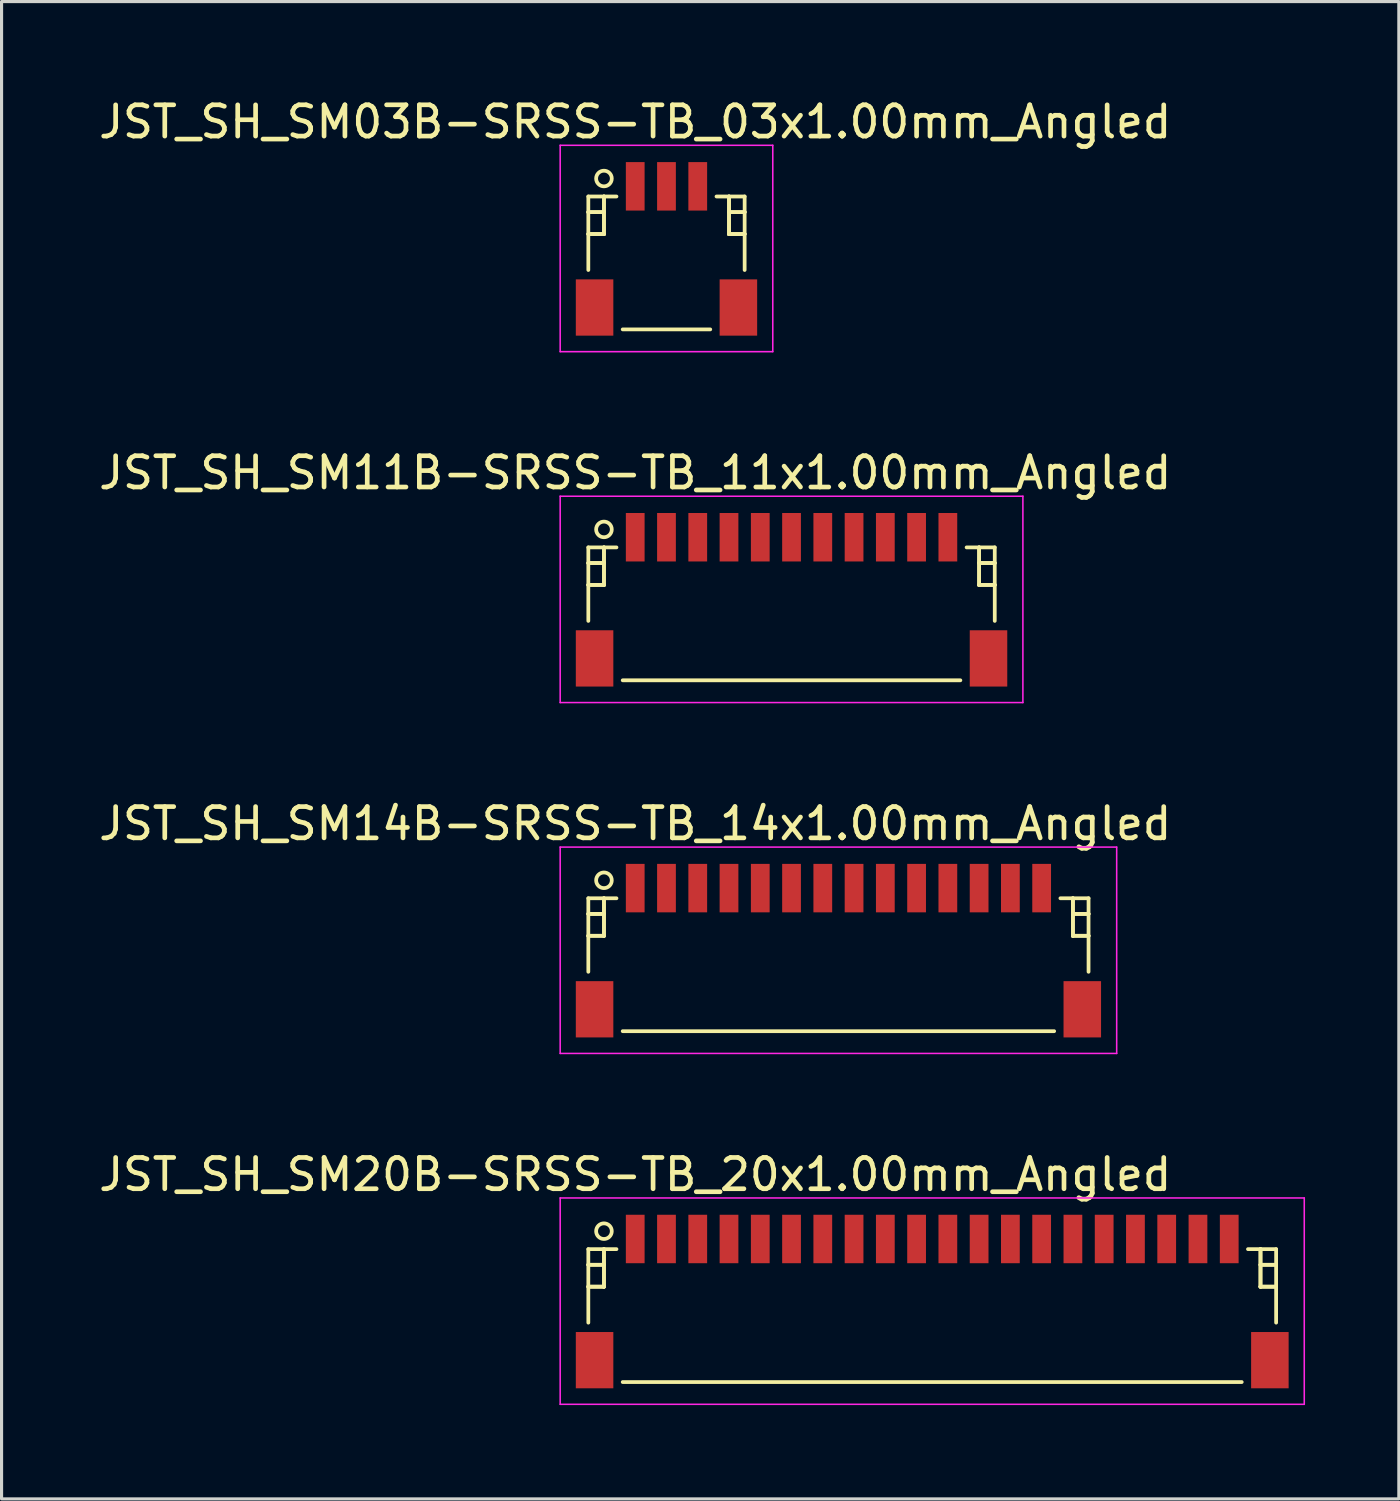
<source format=kicad_pcb>
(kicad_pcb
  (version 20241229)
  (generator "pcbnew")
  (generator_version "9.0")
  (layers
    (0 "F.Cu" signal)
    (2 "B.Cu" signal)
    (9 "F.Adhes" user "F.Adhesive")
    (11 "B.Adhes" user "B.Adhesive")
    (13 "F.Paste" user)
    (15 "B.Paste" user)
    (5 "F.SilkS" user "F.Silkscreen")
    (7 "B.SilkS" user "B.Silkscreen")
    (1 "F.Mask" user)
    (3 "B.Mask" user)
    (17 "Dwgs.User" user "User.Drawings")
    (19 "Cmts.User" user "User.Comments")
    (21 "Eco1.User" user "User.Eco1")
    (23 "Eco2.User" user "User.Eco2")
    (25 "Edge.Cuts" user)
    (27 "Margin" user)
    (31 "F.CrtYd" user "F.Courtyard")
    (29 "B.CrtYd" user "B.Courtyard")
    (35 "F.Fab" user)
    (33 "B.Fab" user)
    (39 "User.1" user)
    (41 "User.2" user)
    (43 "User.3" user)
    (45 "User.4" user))
  (footprint "JST_SH_SM20B-SRSS-TB_20x1.00mm_Angled"
    (layer "F.Cu")
    (at 26.768 38.518)
    (property "Reference" "JST_SH_SM20B-SRSS-TB_20x1.00mm_Angled" (at -9.5 -4 0) (layer "F.SilkS") (effects (font (size 1 1) (thickness 0.15))))
    (attr smd)
    (fp_line (start -11 -1.613) (end -10.1 -1.613) (stroke (width 0.12) (type solid)) (layer "F.SilkS"))
    (fp_line (start -11 -1.113) (end -11 -1.113) (stroke (width 0.12) (type solid)) (layer "F.SilkS"))
    (fp_line (start -11 -1.113) (end -10.5 -1.113) (stroke (width 0.12) (type solid)) (layer "F.SilkS"))
    (fp_line (start -11 -0.412) (end -11 -0.412) (stroke (width 0.12) (type solid)) (layer "F.SilkS"))
    (fp_line (start -11 -0.412) (end -10.5 -0.412) (stroke (width 0.12) (type solid)) (layer "F.SilkS"))
    (fp_line (start -11 0.738) (end -11 -1.613) (stroke (width 0.12) (type solid)) (layer "F.SilkS"))
    (fp_line (start -10.5 -1.613) (end -10.5 -1.613) (stroke (width 0.12) (type solid)) (layer "F.SilkS"))
    (fp_line (start -10.5 -1.613) (end -10.5 -0.412) (stroke (width 0.12) (type solid)) (layer "F.SilkS"))
    (fp_line (start -10.5 -1.113) (end -11 -1.113) (stroke (width 0.12) (type solid)) (layer "F.SilkS"))
    (fp_line (start -10.5 -1.113) (end -10.5 -1.113) (stroke (width 0.12) (type solid)) (layer "F.SilkS"))
    (fp_line (start -10.5 -0.412) (end -11 -0.412) (stroke (width 0.12) (type solid)) (layer "F.SilkS"))
    (fp_line (start -10.5 -0.412) (end -10.5 -1.613) (stroke (width 0.12) (type solid)) (layer "F.SilkS"))
    (fp_line (start -10.5 -0.412) (end -10.5 -0.412) (stroke (width 0.12) (type solid)) (layer "F.SilkS"))
    (fp_line (start -10.5 -0.412) (end -10.5 -0.412) (stroke (width 0.12) (type solid)) (layer "F.SilkS"))
    (fp_line (start -9.9 2.638) (end 9.9 2.638) (stroke (width 0.12) (type solid)) (layer "F.SilkS"))
    (fp_line (start 10.5 -1.613) (end 10.5 -1.613) (stroke (width 0.12) (type solid)) (layer "F.SilkS"))
    (fp_line (start 10.5 -1.613) (end 10.5 -0.412) (stroke (width 0.12) (type solid)) (layer "F.SilkS"))
    (fp_line (start 10.5 -1.113) (end 10.5 -1.113) (stroke (width 0.12) (type solid)) (layer "F.SilkS"))
    (fp_line (start 10.5 -1.113) (end 11 -1.113) (stroke (width 0.12) (type solid)) (layer "F.SilkS"))
    (fp_line (start 10.5 -0.412) (end 10.5 -1.613) (stroke (width 0.12) (type solid)) (layer "F.SilkS"))
    (fp_line (start 10.5 -0.412) (end 10.5 -0.412) (stroke (width 0.12) (type solid)) (layer "F.SilkS"))
    (fp_line (start 10.5 -0.412) (end 10.5 -0.412) (stroke (width 0.12) (type solid)) (layer "F.SilkS"))
    (fp_line (start 10.5 -0.412) (end 11 -0.412) (stroke (width 0.12) (type solid)) (layer "F.SilkS"))
    (fp_line (start 11 -1.613) (end 10.1 -1.613) (stroke (width 0.12) (type solid)) (layer "F.SilkS"))
    (fp_line (start 11 -1.113) (end 10.5 -1.113) (stroke (width 0.12) (type solid)) (layer "F.SilkS"))
    (fp_line (start 11 -1.113) (end 11 -1.113) (stroke (width 0.12) (type solid)) (layer "F.SilkS"))
    (fp_line (start 11 -0.412) (end 10.5 -0.412) (stroke (width 0.12) (type solid)) (layer "F.SilkS"))
    (fp_line (start 11 -0.412) (end 11 -0.412) (stroke (width 0.12) (type solid)) (layer "F.SilkS"))
    (fp_line (start 11 0.738) (end 11 -1.613) (stroke (width 0.12) (type solid)) (layer "F.SilkS"))
    (fp_circle (center -10.5 -2.188) (end -10.25 -2.188) (stroke (width 0.12) (type solid)) (fill no) (layer "F.SilkS"))
    (fp_line (start -11.9 -3.25) (end 11.9 -3.25) (stroke (width 0.05) (type solid)) (layer "F.CrtYd"))
    (fp_line (start -11.9 3.35) (end -11.9 -3.25) (stroke (width 0.05) (type solid)) (layer "F.CrtYd"))
    (fp_line (start 11.9 -3.25) (end 11.9 3.35) (stroke (width 0.05) (type solid)) (layer "F.CrtYd"))
    (fp_line (start 11.9 3.35) (end -11.9 3.35) (stroke (width 0.05) (type solid)) (layer "F.CrtYd"))
    (pad "" smd rect (at -10.8 1.938) (size 1.2 1.8) (layers "F.Cu" "F.Mask" "F.Paste"))
    (pad "" smd rect (at 10.8 1.938) (size 1.2 1.8) (layers "F.Cu" "F.Mask" "F.Paste"))
    (pad "1" smd rect (at -9.5 -1.938) (size 0.6 1.55) (layers "F.Cu" "F.Mask" "F.Paste"))
    (pad "2" smd rect (at -8.5 -1.938) (size 0.6 1.55) (layers "F.Cu" "F.Mask" "F.Paste"))
    (pad "3" smd rect (at -7.5 -1.938) (size 0.6 1.55) (layers "F.Cu" "F.Mask" "F.Paste"))
    (pad "4" smd rect (at -6.5 -1.938) (size 0.6 1.55) (layers "F.Cu" "F.Mask" "F.Paste"))
    (pad "5" smd rect (at -5.5 -1.938) (size 0.6 1.55) (layers "F.Cu" "F.Mask" "F.Paste"))
    (pad "6" smd rect (at -4.5 -1.938) (size 0.6 1.55) (layers "F.Cu" "F.Mask" "F.Paste"))
    (pad "7" smd rect (at -3.5 -1.938) (size 0.6 1.55) (layers "F.Cu" "F.Mask" "F.Paste"))
    (pad "8" smd rect (at -2.5 -1.938) (size 0.6 1.55) (layers "F.Cu" "F.Mask" "F.Paste"))
    (pad "9" smd rect (at -1.5 -1.938) (size 0.6 1.55) (layers "F.Cu" "F.Mask" "F.Paste"))
    (pad "10" smd rect (at -0.5 -1.938) (size 0.6 1.55) (layers "F.Cu" "F.Mask" "F.Paste"))
    (pad "11" smd rect (at 0.5 -1.938) (size 0.6 1.55) (layers "F.Cu" "F.Mask" "F.Paste"))
    (pad "12" smd rect (at 1.5 -1.938) (size 0.6 1.55) (layers "F.Cu" "F.Mask" "F.Paste"))
    (pad "13" smd rect (at 2.5 -1.938) (size 0.6 1.55) (layers "F.Cu" "F.Mask" "F.Paste"))
    (pad "14" smd rect (at 3.5 -1.938) (size 0.6 1.55) (layers "F.Cu" "F.Mask" "F.Paste"))
    (pad "15" smd rect (at 4.5 -1.938) (size 0.6 1.55) (layers "F.Cu" "F.Mask" "F.Paste"))
    (pad "16" smd rect (at 5.5 -1.938) (size 0.6 1.55) (layers "F.Cu" "F.Mask" "F.Paste"))
    (pad "17" smd rect (at 6.5 -1.938) (size 0.6 1.55) (layers "F.Cu" "F.Mask" "F.Paste"))
    (pad "18" smd rect (at 7.5 -1.938) (size 0.6 1.55) (layers "F.Cu" "F.Mask" "F.Paste"))
    (pad "19" smd rect (at 8.5 -1.938) (size 0.6 1.55) (layers "F.Cu" "F.Mask" "F.Paste"))
    (pad "20" smd rect (at 9.5 -1.938) (size 0.6 1.55) (layers "F.Cu" "F.Mask" "F.Paste")))
  (footprint "JST_SH_SM11B-SRSS-TB_11x1.00mm_Angled"
    (layer "F.Cu")
    (at 22.268 16.072)
    (property "Reference" "JST_SH_SM11B-SRSS-TB_11x1.00mm_Angled" (at -5 -4 0) (layer "F.SilkS") (effects (font (size 1 1) (thickness 0.15))))
    (attr smd)
    (fp_line (start -6.5 -1.613) (end -5.6 -1.613) (stroke (width 0.12) (type solid)) (layer "F.SilkS"))
    (fp_line (start -6.5 -1.113) (end -6.5 -1.113) (stroke (width 0.12) (type solid)) (layer "F.SilkS"))
    (fp_line (start -6.5 -1.113) (end -6 -1.113) (stroke (width 0.12) (type solid)) (layer "F.SilkS"))
    (fp_line (start -6.5 -0.412) (end -6.5 -0.412) (stroke (width 0.12) (type solid)) (layer "F.SilkS"))
    (fp_line (start -6.5 -0.412) (end -6 -0.412) (stroke (width 0.12) (type solid)) (layer "F.SilkS"))
    (fp_line (start -6.5 0.738) (end -6.5 -1.613) (stroke (width 0.12) (type solid)) (layer "F.SilkS"))
    (fp_line (start -6 -1.613) (end -6 -1.613) (stroke (width 0.12) (type solid)) (layer "F.SilkS"))
    (fp_line (start -6 -1.613) (end -6 -0.412) (stroke (width 0.12) (type solid)) (layer "F.SilkS"))
    (fp_line (start -6 -1.113) (end -6.5 -1.113) (stroke (width 0.12) (type solid)) (layer "F.SilkS"))
    (fp_line (start -6 -1.113) (end -6 -1.113) (stroke (width 0.12) (type solid)) (layer "F.SilkS"))
    (fp_line (start -6 -0.412) (end -6.5 -0.412) (stroke (width 0.12) (type solid)) (layer "F.SilkS"))
    (fp_line (start -6 -0.412) (end -6 -1.613) (stroke (width 0.12) (type solid)) (layer "F.SilkS"))
    (fp_line (start -6 -0.412) (end -6 -0.412) (stroke (width 0.12) (type solid)) (layer "F.SilkS"))
    (fp_line (start -6 -0.412) (end -6 -0.412) (stroke (width 0.12) (type solid)) (layer "F.SilkS"))
    (fp_line (start -5.4 2.638) (end 5.4 2.638) (stroke (width 0.12) (type solid)) (layer "F.SilkS"))
    (fp_line (start 6 -1.613) (end 6 -1.613) (stroke (width 0.12) (type solid)) (layer "F.SilkS"))
    (fp_line (start 6 -1.613) (end 6 -0.412) (stroke (width 0.12) (type solid)) (layer "F.SilkS"))
    (fp_line (start 6 -1.113) (end 6 -1.113) (stroke (width 0.12) (type solid)) (layer "F.SilkS"))
    (fp_line (start 6 -1.113) (end 6.5 -1.113) (stroke (width 0.12) (type solid)) (layer "F.SilkS"))
    (fp_line (start 6 -0.412) (end 6 -1.613) (stroke (width 0.12) (type solid)) (layer "F.SilkS"))
    (fp_line (start 6 -0.412) (end 6 -0.412) (stroke (width 0.12) (type solid)) (layer "F.SilkS"))
    (fp_line (start 6 -0.412) (end 6 -0.412) (stroke (width 0.12) (type solid)) (layer "F.SilkS"))
    (fp_line (start 6 -0.412) (end 6.5 -0.412) (stroke (width 0.12) (type solid)) (layer "F.SilkS"))
    (fp_line (start 6.5 -1.613) (end 5.6 -1.613) (stroke (width 0.12) (type solid)) (layer "F.SilkS"))
    (fp_line (start 6.5 -1.113) (end 6 -1.113) (stroke (width 0.12) (type solid)) (layer "F.SilkS"))
    (fp_line (start 6.5 -1.113) (end 6.5 -1.113) (stroke (width 0.12) (type solid)) (layer "F.SilkS"))
    (fp_line (start 6.5 -0.412) (end 6 -0.412) (stroke (width 0.12) (type solid)) (layer "F.SilkS"))
    (fp_line (start 6.5 -0.412) (end 6.5 -0.412) (stroke (width 0.12) (type solid)) (layer "F.SilkS"))
    (fp_line (start 6.5 0.738) (end 6.5 -1.613) (stroke (width 0.12) (type solid)) (layer "F.SilkS"))
    (fp_circle (center -6 -2.188) (end -5.75 -2.188) (stroke (width 0.12) (type solid)) (fill no) (layer "F.SilkS"))
    (fp_line (start -7.4 -3.25) (end 7.4 -3.25) (stroke (width 0.05) (type solid)) (layer "F.CrtYd"))
    (fp_line (start -7.4 3.35) (end -7.4 -3.25) (stroke (width 0.05) (type solid)) (layer "F.CrtYd"))
    (fp_line (start 7.4 -3.25) (end 7.4 3.35) (stroke (width 0.05) (type solid)) (layer "F.CrtYd"))
    (fp_line (start 7.4 3.35) (end -7.4 3.35) (stroke (width 0.05) (type solid)) (layer "F.CrtYd"))
    (pad "" smd rect (at -6.3 1.938) (size 1.2 1.8) (layers "F.Cu" "F.Mask" "F.Paste"))
    (pad "" smd rect (at 6.3 1.938) (size 1.2 1.8) (layers "F.Cu" "F.Mask" "F.Paste"))
    (pad "1" smd rect (at -5 -1.938) (size 0.6 1.55) (layers "F.Cu" "F.Mask" "F.Paste"))
    (pad "2" smd rect (at -4 -1.938) (size 0.6 1.55) (layers "F.Cu" "F.Mask" "F.Paste"))
    (pad "3" smd rect (at -3 -1.938) (size 0.6 1.55) (layers "F.Cu" "F.Mask" "F.Paste"))
    (pad "4" smd rect (at -2 -1.938) (size 0.6 1.55) (layers "F.Cu" "F.Mask" "F.Paste"))
    (pad "5" smd rect (at -1 -1.938) (size 0.6 1.55) (layers "F.Cu" "F.Mask" "F.Paste"))
    (pad "6" smd rect (at 0 -1.938) (size 0.6 1.55) (layers "F.Cu" "F.Mask" "F.Paste"))
    (pad "7" smd rect (at 1 -1.938) (size 0.6 1.55) (layers "F.Cu" "F.Mask" "F.Paste"))
    (pad "8" smd rect (at 2 -1.938) (size 0.6 1.55) (layers "F.Cu" "F.Mask" "F.Paste"))
    (pad "9" smd rect (at 3 -1.938) (size 0.6 1.55) (layers "F.Cu" "F.Mask" "F.Paste"))
    (pad "10" smd rect (at 4 -1.938) (size 0.6 1.55) (layers "F.Cu" "F.Mask" "F.Paste"))
    (pad "11" smd rect (at 5 -1.938) (size 0.6 1.55) (layers "F.Cu" "F.Mask" "F.Paste")))
  (footprint "JST_SH_SM14B-SRSS-TB_14x1.00mm_Angled"
    (layer "F.Cu")
    (at 23.768 27.295)
    (property "Reference" "JST_SH_SM14B-SRSS-TB_14x1.00mm_Angled" (at -6.5 -4 0) (layer "F.SilkS") (effects (font (size 1 1) (thickness 0.15))))
    (attr smd)
    (fp_line (start -8 -1.613) (end -7.1 -1.613) (stroke (width 0.12) (type solid)) (layer "F.SilkS"))
    (fp_line (start -8 -1.113) (end -8 -1.113) (stroke (width 0.12) (type solid)) (layer "F.SilkS"))
    (fp_line (start -8 -1.113) (end -7.5 -1.113) (stroke (width 0.12) (type solid)) (layer "F.SilkS"))
    (fp_line (start -8 -0.412) (end -8 -0.412) (stroke (width 0.12) (type solid)) (layer "F.SilkS"))
    (fp_line (start -8 -0.412) (end -7.5 -0.412) (stroke (width 0.12) (type solid)) (layer "F.SilkS"))
    (fp_line (start -8 0.738) (end -8 -1.613) (stroke (width 0.12) (type solid)) (layer "F.SilkS"))
    (fp_line (start -7.5 -1.613) (end -7.5 -1.613) (stroke (width 0.12) (type solid)) (layer "F.SilkS"))
    (fp_line (start -7.5 -1.613) (end -7.5 -0.412) (stroke (width 0.12) (type solid)) (layer "F.SilkS"))
    (fp_line (start -7.5 -1.113) (end -8 -1.113) (stroke (width 0.12) (type solid)) (layer "F.SilkS"))
    (fp_line (start -7.5 -1.113) (end -7.5 -1.113) (stroke (width 0.12) (type solid)) (layer "F.SilkS"))
    (fp_line (start -7.5 -0.412) (end -8 -0.412) (stroke (width 0.12) (type solid)) (layer "F.SilkS"))
    (fp_line (start -7.5 -0.412) (end -7.5 -1.613) (stroke (width 0.12) (type solid)) (layer "F.SilkS"))
    (fp_line (start -7.5 -0.412) (end -7.5 -0.412) (stroke (width 0.12) (type solid)) (layer "F.SilkS"))
    (fp_line (start -7.5 -0.412) (end -7.5 -0.412) (stroke (width 0.12) (type solid)) (layer "F.SilkS"))
    (fp_line (start -6.9 2.638) (end 6.9 2.638) (stroke (width 0.12) (type solid)) (layer "F.SilkS"))
    (fp_line (start 7.5 -1.613) (end 7.5 -1.613) (stroke (width 0.12) (type solid)) (layer "F.SilkS"))
    (fp_line (start 7.5 -1.613) (end 7.5 -0.412) (stroke (width 0.12) (type solid)) (layer "F.SilkS"))
    (fp_line (start 7.5 -1.113) (end 7.5 -1.113) (stroke (width 0.12) (type solid)) (layer "F.SilkS"))
    (fp_line (start 7.5 -1.113) (end 8 -1.113) (stroke (width 0.12) (type solid)) (layer "F.SilkS"))
    (fp_line (start 7.5 -0.412) (end 7.5 -1.613) (stroke (width 0.12) (type solid)) (layer "F.SilkS"))
    (fp_line (start 7.5 -0.412) (end 7.5 -0.412) (stroke (width 0.12) (type solid)) (layer "F.SilkS"))
    (fp_line (start 7.5 -0.412) (end 7.5 -0.412) (stroke (width 0.12) (type solid)) (layer "F.SilkS"))
    (fp_line (start 7.5 -0.412) (end 8 -0.412) (stroke (width 0.12) (type solid)) (layer "F.SilkS"))
    (fp_line (start 8 -1.613) (end 7.1 -1.613) (stroke (width 0.12) (type solid)) (layer "F.SilkS"))
    (fp_line (start 8 -1.113) (end 7.5 -1.113) (stroke (width 0.12) (type solid)) (layer "F.SilkS"))
    (fp_line (start 8 -1.113) (end 8 -1.113) (stroke (width 0.12) (type solid)) (layer "F.SilkS"))
    (fp_line (start 8 -0.412) (end 7.5 -0.412) (stroke (width 0.12) (type solid)) (layer "F.SilkS"))
    (fp_line (start 8 -0.412) (end 8 -0.412) (stroke (width 0.12) (type solid)) (layer "F.SilkS"))
    (fp_line (start 8 0.738) (end 8 -1.613) (stroke (width 0.12) (type solid)) (layer "F.SilkS"))
    (fp_circle (center -7.5 -2.188) (end -7.25 -2.188) (stroke (width 0.12) (type solid)) (fill no) (layer "F.SilkS"))
    (fp_line (start -8.9 -3.25) (end 8.9 -3.25) (stroke (width 0.05) (type solid)) (layer "F.CrtYd"))
    (fp_line (start -8.9 3.35) (end -8.9 -3.25) (stroke (width 0.05) (type solid)) (layer "F.CrtYd"))
    (fp_line (start 8.9 -3.25) (end 8.9 3.35) (stroke (width 0.05) (type solid)) (layer "F.CrtYd"))
    (fp_line (start 8.9 3.35) (end -8.9 3.35) (stroke (width 0.05) (type solid)) (layer "F.CrtYd"))
    (pad "" smd rect (at -7.8 1.938) (size 1.2 1.8) (layers "F.Cu" "F.Mask" "F.Paste"))
    (pad "" smd rect (at 7.8 1.938) (size 1.2 1.8) (layers "F.Cu" "F.Mask" "F.Paste"))
    (pad "1" smd rect (at -6.5 -1.938) (size 0.6 1.55) (layers "F.Cu" "F.Mask" "F.Paste"))
    (pad "2" smd rect (at -5.5 -1.938) (size 0.6 1.55) (layers "F.Cu" "F.Mask" "F.Paste"))
    (pad "3" smd rect (at -4.5 -1.938) (size 0.6 1.55) (layers "F.Cu" "F.Mask" "F.Paste"))
    (pad "4" smd rect (at -3.5 -1.938) (size 0.6 1.55) (layers "F.Cu" "F.Mask" "F.Paste"))
    (pad "5" smd rect (at -2.5 -1.938) (size 0.6 1.55) (layers "F.Cu" "F.Mask" "F.Paste"))
    (pad "6" smd rect (at -1.5 -1.938) (size 0.6 1.55) (layers "F.Cu" "F.Mask" "F.Paste"))
    (pad "7" smd rect (at -0.5 -1.938) (size 0.6 1.55) (layers "F.Cu" "F.Mask" "F.Paste"))
    (pad "8" smd rect (at 0.5 -1.938) (size 0.6 1.55) (layers "F.Cu" "F.Mask" "F.Paste"))
    (pad "9" smd rect (at 1.5 -1.938) (size 0.6 1.55) (layers "F.Cu" "F.Mask" "F.Paste"))
    (pad "10" smd rect (at 2.5 -1.938) (size 0.6 1.55) (layers "F.Cu" "F.Mask" "F.Paste"))
    (pad "11" smd rect (at 3.5 -1.938) (size 0.6 1.55) (layers "F.Cu" "F.Mask" "F.Paste"))
    (pad "12" smd rect (at 4.5 -1.938) (size 0.6 1.55) (layers "F.Cu" "F.Mask" "F.Paste"))
    (pad "13" smd rect (at 5.5 -1.938) (size 0.6 1.55) (layers "F.Cu" "F.Mask" "F.Paste"))
    (pad "14" smd rect (at 6.5 -1.938) (size 0.6 1.55) (layers "F.Cu" "F.Mask" "F.Paste")))
  (footprint "JST_SH_SM03B-SRSS-TB_03x1.00mm_Angled"
    (layer "F.Cu")
    (at 18.268 4.848)
    (property "Reference" "JST_SH_SM03B-SRSS-TB_03x1.00mm_Angled" (at -1 -4 0) (layer "F.SilkS") (effects (font (size 1 1) (thickness 0.15))))
    (attr smd)
    (fp_line (start -2.5 -1.613) (end -1.6 -1.613) (stroke (width 0.12) (type solid)) (layer "F.SilkS"))
    (fp_line (start -2.5 -1.113) (end -2.5 -1.113) (stroke (width 0.12) (type solid)) (layer "F.SilkS"))
    (fp_line (start -2.5 -1.113) (end -2 -1.113) (stroke (width 0.12) (type solid)) (layer "F.SilkS"))
    (fp_line (start -2.5 -0.412) (end -2.5 -0.412) (stroke (width 0.12) (type solid)) (layer "F.SilkS"))
    (fp_line (start -2.5 -0.412) (end -2 -0.412) (stroke (width 0.12) (type solid)) (layer "F.SilkS"))
    (fp_line (start -2.5 0.738) (end -2.5 -1.613) (stroke (width 0.12) (type solid)) (layer "F.SilkS"))
    (fp_line (start -2 -1.613) (end -2 -1.613) (stroke (width 0.12) (type solid)) (layer "F.SilkS"))
    (fp_line (start -2 -1.613) (end -2 -0.412) (stroke (width 0.12) (type solid)) (layer "F.SilkS"))
    (fp_line (start -2 -1.113) (end -2.5 -1.113) (stroke (width 0.12) (type solid)) (layer "F.SilkS"))
    (fp_line (start -2 -1.113) (end -2 -1.113) (stroke (width 0.12) (type solid)) (layer "F.SilkS"))
    (fp_line (start -2 -0.412) (end -2.5 -0.412) (stroke (width 0.12) (type solid)) (layer "F.SilkS"))
    (fp_line (start -2 -0.412) (end -2 -1.613) (stroke (width 0.12) (type solid)) (layer "F.SilkS"))
    (fp_line (start -2 -0.412) (end -2 -0.412) (stroke (width 0.12) (type solid)) (layer "F.SilkS"))
    (fp_line (start -2 -0.412) (end -2 -0.412) (stroke (width 0.12) (type solid)) (layer "F.SilkS"))
    (fp_line (start -1.4 2.638) (end 1.4 2.638) (stroke (width 0.12) (type solid)) (layer "F.SilkS"))
    (fp_line (start 2 -1.613) (end 2 -1.613) (stroke (width 0.12) (type solid)) (layer "F.SilkS"))
    (fp_line (start 2 -1.613) (end 2 -0.412) (stroke (width 0.12) (type solid)) (layer "F.SilkS"))
    (fp_line (start 2 -1.113) (end 2 -1.113) (stroke (width 0.12) (type solid)) (layer "F.SilkS"))
    (fp_line (start 2 -1.113) (end 2.5 -1.113) (stroke (width 0.12) (type solid)) (layer "F.SilkS"))
    (fp_line (start 2 -0.412) (end 2 -1.613) (stroke (width 0.12) (type solid)) (layer "F.SilkS"))
    (fp_line (start 2 -0.412) (end 2 -0.412) (stroke (width 0.12) (type solid)) (layer "F.SilkS"))
    (fp_line (start 2 -0.412) (end 2 -0.412) (stroke (width 0.12) (type solid)) (layer "F.SilkS"))
    (fp_line (start 2 -0.412) (end 2.5 -0.412) (stroke (width 0.12) (type solid)) (layer "F.SilkS"))
    (fp_line (start 2.5 -1.613) (end 1.6 -1.613) (stroke (width 0.12) (type solid)) (layer "F.SilkS"))
    (fp_line (start 2.5 -1.113) (end 2 -1.113) (stroke (width 0.12) (type solid)) (layer "F.SilkS"))
    (fp_line (start 2.5 -1.113) (end 2.5 -1.113) (stroke (width 0.12) (type solid)) (layer "F.SilkS"))
    (fp_line (start 2.5 -0.412) (end 2 -0.412) (stroke (width 0.12) (type solid)) (layer "F.SilkS"))
    (fp_line (start 2.5 -0.412) (end 2.5 -0.412) (stroke (width 0.12) (type solid)) (layer "F.SilkS"))
    (fp_line (start 2.5 0.738) (end 2.5 -1.613) (stroke (width 0.12) (type solid)) (layer "F.SilkS"))
    (fp_circle (center -2 -2.188) (end -1.75 -2.188) (stroke (width 0.12) (type solid)) (fill no) (layer "F.SilkS"))
    (fp_line (start -3.4 -3.25) (end 3.4 -3.25) (stroke (width 0.05) (type solid)) (layer "F.CrtYd"))
    (fp_line (start -3.4 3.35) (end -3.4 -3.25) (stroke (width 0.05) (type solid)) (layer "F.CrtYd"))
    (fp_line (start 3.4 -3.25) (end 3.4 3.35) (stroke (width 0.05) (type solid)) (layer "F.CrtYd"))
    (fp_line (start 3.4 3.35) (end -3.4 3.35) (stroke (width 0.05) (type solid)) (layer "F.CrtYd"))
    (pad "" smd rect (at -2.3 1.938) (size 1.2 1.8) (layers "F.Cu" "F.Mask" "F.Paste"))
    (pad "" smd rect (at 2.3 1.938) (size 1.2 1.8) (layers "F.Cu" "F.Mask" "F.Paste"))
    (pad "1" smd rect (at -1 -1.938) (size 0.6 1.55) (layers "F.Cu" "F.Mask" "F.Paste"))
    (pad "2" smd rect (at 0 -1.938) (size 0.6 1.55) (layers "F.Cu" "F.Mask" "F.Paste"))
    (pad "3" smd rect (at 1 -1.938) (size 0.6 1.55) (layers "F.Cu" "F.Mask" "F.Paste")))
  (gr_rect
    (start -3 -3)
    (end 41.693 44.893)
    (stroke (width 0.1) (type default))
    (fill no)
    (layer "Edge.Cuts")))
</source>
